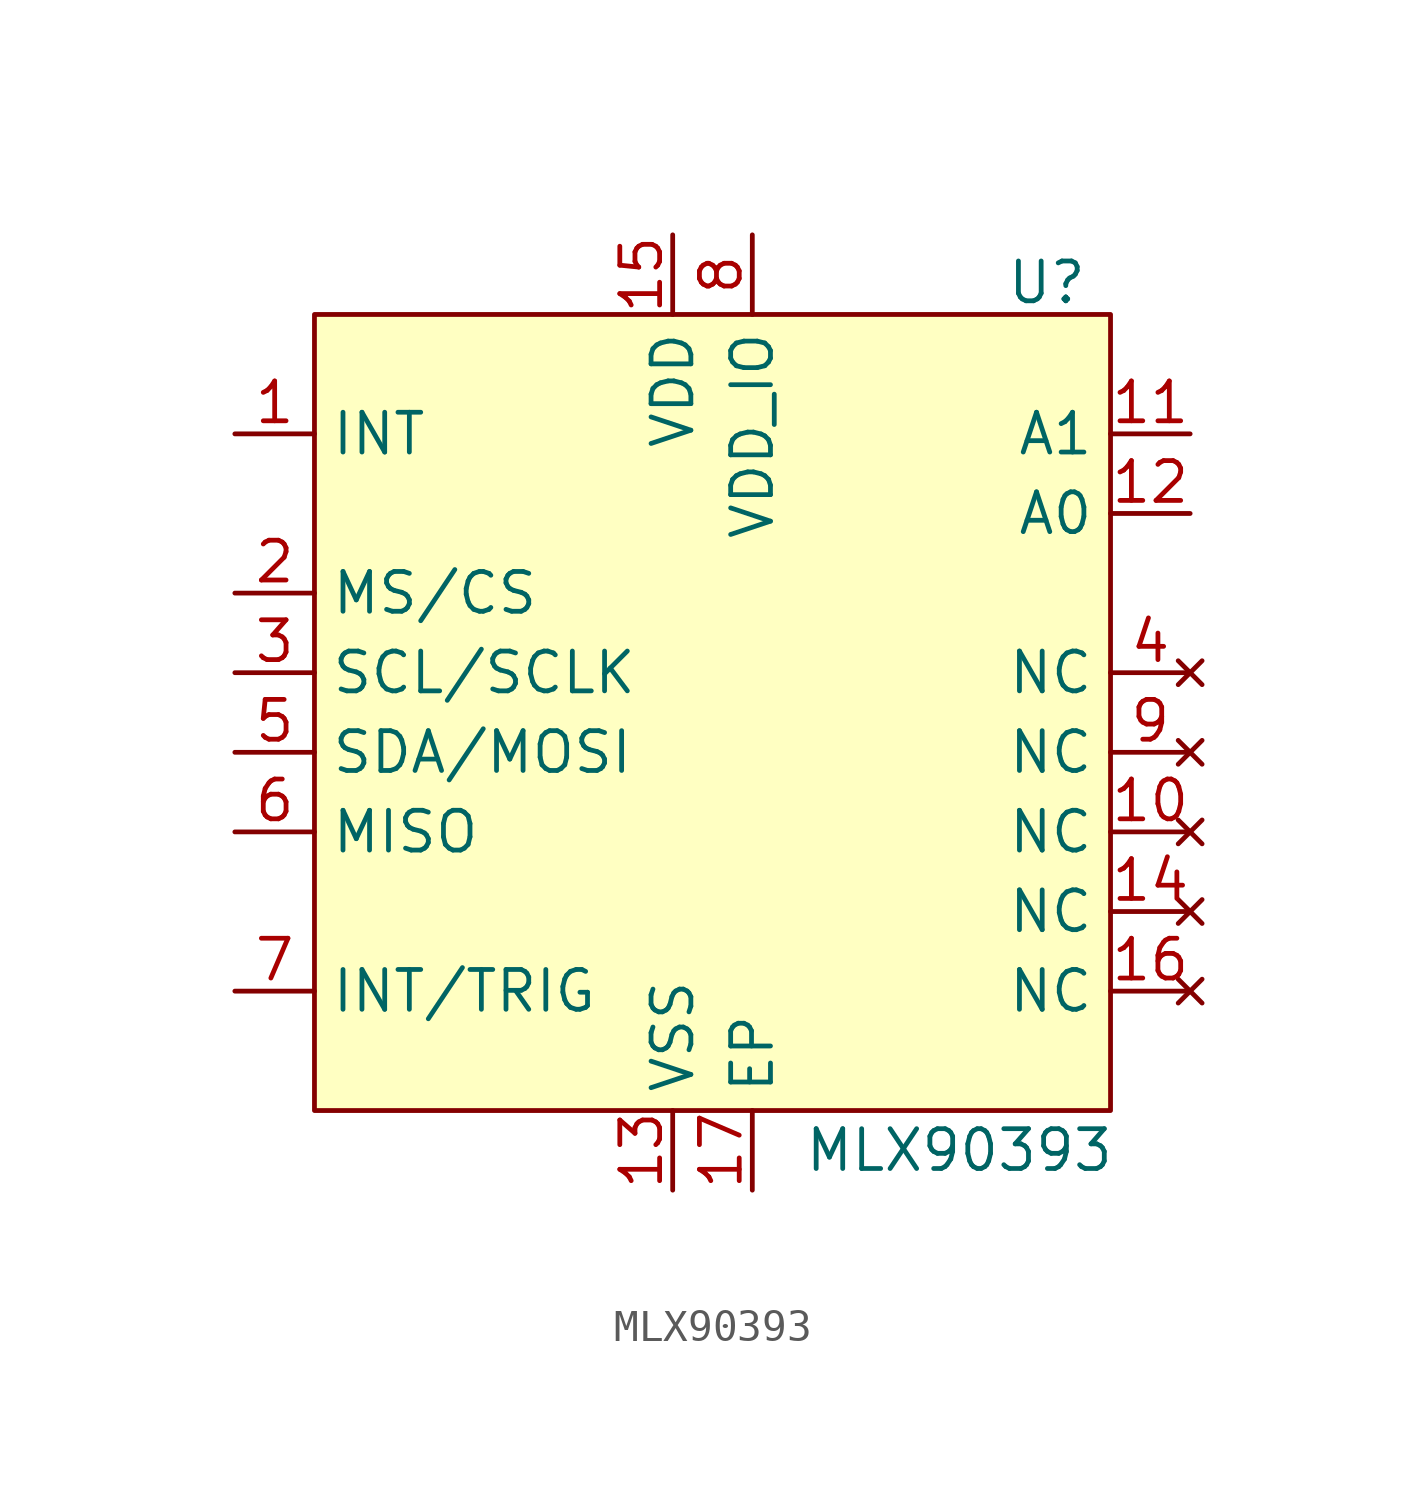
<source format=kicad_sym>
(kicad_symbol_lib
  (version 20231120)
  (generator "kicad_symbol_editor")
  (generator_version "8.0")
  (symbol "MLX90393"
    (property "Reference" "U"
      (at 10.668 13.716 0)
      (effects (font (size 1.27 1.27))))
    (property "Value" "MLX90393"
      (at 7.874 -13.97 0)
      (effects (font (size 1.27 1.27))))
    (symbol "MLX90393_1_1"
      (rectangle (start -12.7 12.7) (end 12.7 -12.7) (stroke (width 0) (type default)) (fill (type background)))
      (pin output line (at -15.24 8.89 0) (length 2.54) (name "INT" (effects (font (size 1.27 1.27)))) (number "1" (effects (font (size 1.27 1.27)))))
      (pin no_connect line (at 15.24 -3.81 180) (length 2.54) (name "NC" (effects (font (size 1.27 1.27)))) (number "10" (effects (font (size 1.27 1.27)))))
      (pin bidirectional line (at 15.24 8.89 180) (length 2.54) (name "A1" (effects (font (size 1.27 1.27)))) (number "11" (effects (font (size 1.27 1.27)))))
      (pin bidirectional line (at 15.24 6.35 180) (length 2.54) (name "A0" (effects (font (size 1.27 1.27)))) (number "12" (effects (font (size 1.27 1.27)))))
      (pin power_in line (at -1.27 -15.24 90) (length 2.54) (name "VSS" (effects (font (size 1.27 1.27)))) (number "13" (effects (font (size 1.27 1.27)))))
      (pin no_connect line (at 15.24 -6.35 180) (length 2.54) (name "NC" (effects (font (size 1.27 1.27)))) (number "14" (effects (font (size 1.27 1.27)))))
      (pin power_in line (at -1.27 15.24 270) (length 2.54) (name "VDD" (effects (font (size 1.27 1.27)))) (number "15" (effects (font (size 1.27 1.27)))))
      (pin no_connect line (at 15.24 -8.89 180) (length 2.54) (name "NC" (effects (font (size 1.27 1.27)))) (number "16" (effects (font (size 1.27 1.27)))))
      (pin power_in line (at 1.27 -15.24 90) (length 2.54) (name "EP" (effects (font (size 1.27 1.27)))) (number "17" (effects (font (size 1.27 1.27)))))
      (pin input line (at -15.24 3.81 0) (length 2.54) (name "MS/CS" (effects (font (size 1.27 1.27)))) (number "2" (effects (font (size 1.27 1.27)))))
      (pin bidirectional line (at -15.24 1.27 0) (length 2.54) (name "SCL/SCLK" (effects (font (size 1.27 1.27)))) (number "3" (effects (font (size 1.27 1.27)))))
      (pin no_connect line (at 15.24 1.27 180) (length 2.54) (name "NC" (effects (font (size 1.27 1.27)))) (number "4" (effects (font (size 1.27 1.27)))))
      (pin bidirectional line (at -15.24 -1.27 0) (length 2.54) (name "SDA/MOSI" (effects (font (size 1.27 1.27)))) (number "5" (effects (font (size 1.27 1.27)))))
      (pin bidirectional line (at -15.24 -3.81 0) (length 2.54) (name "MISO" (effects (font (size 1.27 1.27)))) (number "6" (effects (font (size 1.27 1.27)))))
      (pin bidirectional line (at -15.24 -8.89 0) (length 2.54) (name "INT/TRIG" (effects (font (size 1.27 1.27)))) (number "7" (effects (font (size 1.27 1.27)))))
      (pin power_in line (at 1.27 15.24 270) (length 2.54) (name "VDD_IO" (effects (font (size 1.27 1.27)))) (number "8" (effects (font (size 1.27 1.27)))))
      (pin no_connect line (at 15.24 -1.27 180) (length 2.54) (name "NC" (effects (font (size 1.27 1.27)))) (number "9" (effects (font (size 1.27 1.27))))))))
</source>
